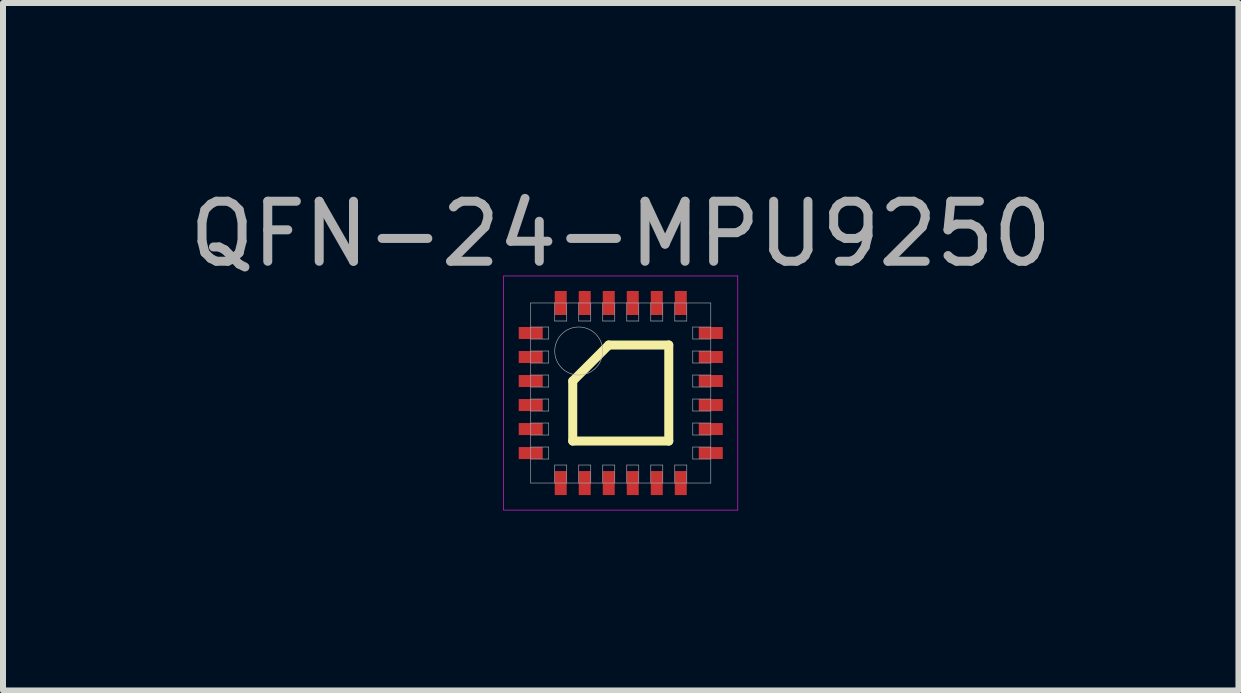
<source format=kicad_pcb>
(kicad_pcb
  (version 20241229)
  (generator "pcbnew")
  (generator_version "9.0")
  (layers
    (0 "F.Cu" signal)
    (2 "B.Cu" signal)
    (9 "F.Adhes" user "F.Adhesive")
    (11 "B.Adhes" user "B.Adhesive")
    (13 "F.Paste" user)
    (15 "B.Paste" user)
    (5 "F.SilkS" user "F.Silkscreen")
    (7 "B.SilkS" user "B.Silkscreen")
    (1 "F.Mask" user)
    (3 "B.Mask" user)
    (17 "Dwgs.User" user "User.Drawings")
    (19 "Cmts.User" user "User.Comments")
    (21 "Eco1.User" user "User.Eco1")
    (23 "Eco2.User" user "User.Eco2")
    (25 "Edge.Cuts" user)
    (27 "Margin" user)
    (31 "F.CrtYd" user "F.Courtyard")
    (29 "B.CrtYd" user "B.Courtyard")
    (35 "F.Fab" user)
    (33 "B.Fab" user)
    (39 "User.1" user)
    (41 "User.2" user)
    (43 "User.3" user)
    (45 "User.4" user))
  (footprint "QFN-24-MPU9250"
    (layer "F.Cu")
    (at 7.292 3.498)
    (property "Reference" "QFN-24-MPU9250" (at 0 -2.65 0) (layer "F.Fab") (effects (font (size 1 1) (thickness 0.15))))
    (attr smd)
    (fp_line (start -0.8 -0.2) (end -0.2 -0.8) (stroke (width 0.15) (type solid)) (layer "F.SilkS"))
    (fp_line (start -0.8 0.8) (end -0.8 -0.2) (stroke (width 0.15) (type solid)) (layer "F.SilkS"))
    (fp_line (start -0.2 -0.8) (end 0.8 -0.8) (stroke (width 0.15) (type solid)) (layer "F.SilkS"))
    (fp_line (start 0.8 -0.8) (end 0.8 0.8) (stroke (width 0.15) (type solid)) (layer "F.SilkS"))
    (fp_line (start 0.8 0.8) (end -0.8 0.8) (stroke (width 0.15) (type solid)) (layer "F.SilkS"))
    (fp_line (start -1.95 -1.95) (end 1.95 -1.95) (stroke (width 0.01) (type solid)) (layer "F.CrtYd"))
    (fp_line (start -1.95 1.95) (end -1.95 -1.95) (stroke (width 0.01) (type solid)) (layer "F.CrtYd"))
    (fp_line (start 1.95 -1.95) (end 1.95 1.95) (stroke (width 0.01) (type solid)) (layer "F.CrtYd"))
    (fp_line (start 1.95 1.95) (end -1.95 1.95) (stroke (width 0.01) (type solid)) (layer "F.CrtYd"))
    (fp_line (start -1.5 -1.5) (end 1.5 -1.5) (stroke (width 0.01) (type solid)) (layer "F.Fab"))
    (fp_line (start -1.5 -0.9) (end -1.2 -0.9) (stroke (width 0.01) (type solid)) (layer "F.Fab"))
    (fp_line (start -1.5 -0.5) (end -1.2 -0.5) (stroke (width 0.01) (type solid)) (layer "F.Fab"))
    (fp_line (start -1.5 -0.1) (end -1.2 -0.1) (stroke (width 0.01) (type solid)) (layer "F.Fab"))
    (fp_line (start -1.5 0.3) (end -1.2 0.3) (stroke (width 0.01) (type solid)) (layer "F.Fab"))
    (fp_line (start -1.5 0.7) (end -1.2 0.7) (stroke (width 0.01) (type solid)) (layer "F.Fab"))
    (fp_line (start -1.5 1.1) (end -1.2 1.1) (stroke (width 0.01) (type solid)) (layer "F.Fab"))
    (fp_line (start -1.5 1.5) (end -1.5 -1.5) (stroke (width 0.01) (type solid)) (layer "F.Fab"))
    (fp_line (start -1.2 -1.1) (end -1.5 -1.1) (stroke (width 0.01) (type solid)) (layer "F.Fab"))
    (fp_line (start -1.2 -0.9) (end -1.2 -1.1) (stroke (width 0.01) (type solid)) (layer "F.Fab"))
    (fp_line (start -1.2 -0.7) (end -1.5 -0.7) (stroke (width 0.01) (type solid)) (layer "F.Fab"))
    (fp_line (start -1.2 -0.5) (end -1.2 -0.7) (stroke (width 0.01) (type solid)) (layer "F.Fab"))
    (fp_line (start -1.2 -0.3) (end -1.5 -0.3) (stroke (width 0.01) (type solid)) (layer "F.Fab"))
    (fp_line (start -1.2 -0.1) (end -1.2 -0.3) (stroke (width 0.01) (type solid)) (layer "F.Fab"))
    (fp_line (start -1.2 0.1) (end -1.5 0.1) (stroke (width 0.01) (type solid)) (layer "F.Fab"))
    (fp_line (start -1.2 0.3) (end -1.2 0.1) (stroke (width 0.01) (type solid)) (layer "F.Fab"))
    (fp_line (start -1.2 0.5) (end -1.5 0.5) (stroke (width 0.01) (type solid)) (layer "F.Fab"))
    (fp_line (start -1.2 0.7) (end -1.2 0.5) (stroke (width 0.01) (type solid)) (layer "F.Fab"))
    (fp_line (start -1.2 0.9) (end -1.5 0.9) (stroke (width 0.01) (type solid)) (layer "F.Fab"))
    (fp_line (start -1.2 1.1) (end -1.2 0.9) (stroke (width 0.01) (type solid)) (layer "F.Fab"))
    (fp_line (start -1.1 -1.5) (end -1.1 -1.2) (stroke (width 0.01) (type solid)) (layer "F.Fab"))
    (fp_line (start -1.1 -1.2) (end -0.9 -1.2) (stroke (width 0.01) (type solid)) (layer "F.Fab"))
    (fp_line (start -1.1 1.2) (end -1.1 1.5) (stroke (width 0.01) (type solid)) (layer "F.Fab"))
    (fp_line (start -0.9 -1.2) (end -0.9 -1.5) (stroke (width 0.01) (type solid)) (layer "F.Fab"))
    (fp_line (start -0.9 1.2) (end -1.1 1.2) (stroke (width 0.01) (type solid)) (layer "F.Fab"))
    (fp_line (start -0.9 1.5) (end -0.9 1.2) (stroke (width 0.01) (type solid)) (layer "F.Fab"))
    (fp_line (start -0.7 -1.5) (end -0.7 -1.2) (stroke (width 0.01) (type solid)) (layer "F.Fab"))
    (fp_line (start -0.7 -1.2) (end -0.5 -1.2) (stroke (width 0.01) (type solid)) (layer "F.Fab"))
    (fp_line (start -0.7 1.2) (end -0.7 1.5) (stroke (width 0.01) (type solid)) (layer "F.Fab"))
    (fp_line (start -0.5 -1.2) (end -0.5 -1.5) (stroke (width 0.01) (type solid)) (layer "F.Fab"))
    (fp_line (start -0.5 1.2) (end -0.7 1.2) (stroke (width 0.01) (type solid)) (layer "F.Fab"))
    (fp_line (start -0.5 1.5) (end -0.5 1.2) (stroke (width 0.01) (type solid)) (layer "F.Fab"))
    (fp_line (start -0.3 -1.5) (end -0.3 -1.2) (stroke (width 0.01) (type solid)) (layer "F.Fab"))
    (fp_line (start -0.3 -1.2) (end -0.1 -1.2) (stroke (width 0.01) (type solid)) (layer "F.Fab"))
    (fp_line (start -0.3 1.2) (end -0.3 1.5) (stroke (width 0.01) (type solid)) (layer "F.Fab"))
    (fp_line (start -0.1 -1.2) (end -0.1 -1.5) (stroke (width 0.01) (type solid)) (layer "F.Fab"))
    (fp_line (start -0.1 1.2) (end -0.3 1.2) (stroke (width 0.01) (type solid)) (layer "F.Fab"))
    (fp_line (start -0.1 1.5) (end -0.1 1.2) (stroke (width 0.01) (type solid)) (layer "F.Fab"))
    (fp_line (start 0.1 -1.5) (end 0.1 -1.2) (stroke (width 0.01) (type solid)) (layer "F.Fab"))
    (fp_line (start 0.1 -1.2) (end 0.3 -1.2) (stroke (width 0.01) (type solid)) (layer "F.Fab"))
    (fp_line (start 0.1 1.2) (end 0.1 1.5) (stroke (width 0.01) (type solid)) (layer "F.Fab"))
    (fp_line (start 0.3 -1.2) (end 0.3 -1.5) (stroke (width 0.01) (type solid)) (layer "F.Fab"))
    (fp_line (start 0.3 1.2) (end 0.1 1.2) (stroke (width 0.01) (type solid)) (layer "F.Fab"))
    (fp_line (start 0.3 1.5) (end 0.3 1.2) (stroke (width 0.01) (type solid)) (layer "F.Fab"))
    (fp_line (start 0.5 -1.5) (end 0.5 -1.2) (stroke (width 0.01) (type solid)) (layer "F.Fab"))
    (fp_line (start 0.5 -1.2) (end 0.7 -1.2) (stroke (width 0.01) (type solid)) (layer "F.Fab"))
    (fp_line (start 0.5 1.2) (end 0.5 1.5) (stroke (width 0.01) (type solid)) (layer "F.Fab"))
    (fp_line (start 0.7 -1.2) (end 0.7 -1.5) (stroke (width 0.01) (type solid)) (layer "F.Fab"))
    (fp_line (start 0.7 1.2) (end 0.5 1.2) (stroke (width 0.01) (type solid)) (layer "F.Fab"))
    (fp_line (start 0.7 1.5) (end 0.7 1.2) (stroke (width 0.01) (type solid)) (layer "F.Fab"))
    (fp_line (start 0.9 -1.5) (end 0.9 -1.2) (stroke (width 0.01) (type solid)) (layer "F.Fab"))
    (fp_line (start 0.9 -1.2) (end 1.1 -1.2) (stroke (width 0.01) (type solid)) (layer "F.Fab"))
    (fp_line (start 0.9 1.2) (end 0.9 1.5) (stroke (width 0.01) (type solid)) (layer "F.Fab"))
    (fp_line (start 1.1 -1.2) (end 1.1 -1.5) (stroke (width 0.01) (type solid)) (layer "F.Fab"))
    (fp_line (start 1.1 1.2) (end 0.9 1.2) (stroke (width 0.01) (type solid)) (layer "F.Fab"))
    (fp_line (start 1.1 1.5) (end 1.1 1.2) (stroke (width 0.01) (type solid)) (layer "F.Fab"))
    (fp_line (start 1.2 -1.1) (end 1.2 -0.9) (stroke (width 0.01) (type solid)) (layer "F.Fab"))
    (fp_line (start 1.2 -0.9) (end 1.5 -0.9) (stroke (width 0.01) (type solid)) (layer "F.Fab"))
    (fp_line (start 1.2 -0.7) (end 1.2 -0.5) (stroke (width 0.01) (type solid)) (layer "F.Fab"))
    (fp_line (start 1.2 -0.5) (end 1.5 -0.5) (stroke (width 0.01) (type solid)) (layer "F.Fab"))
    (fp_line (start 1.2 -0.3) (end 1.2 -0.1) (stroke (width 0.01) (type solid)) (layer "F.Fab"))
    (fp_line (start 1.2 -0.1) (end 1.5 -0.1) (stroke (width 0.01) (type solid)) (layer "F.Fab"))
    (fp_line (start 1.2 0.1) (end 1.2 0.3) (stroke (width 0.01) (type solid)) (layer "F.Fab"))
    (fp_line (start 1.2 0.3) (end 1.5 0.3) (stroke (width 0.01) (type solid)) (layer "F.Fab"))
    (fp_line (start 1.2 0.5) (end 1.2 0.7) (stroke (width 0.01) (type solid)) (layer "F.Fab"))
    (fp_line (start 1.2 0.7) (end 1.5 0.7) (stroke (width 0.01) (type solid)) (layer "F.Fab"))
    (fp_line (start 1.2 0.9) (end 1.2 1.1) (stroke (width 0.01) (type solid)) (layer "F.Fab"))
    (fp_line (start 1.2 1.1) (end 1.5 1.1) (stroke (width 0.01) (type solid)) (layer "F.Fab"))
    (fp_line (start 1.5 -1.5) (end 1.5 1.5) (stroke (width 0.01) (type solid)) (layer "F.Fab"))
    (fp_line (start 1.5 -1.1) (end 1.2 -1.1) (stroke (width 0.01) (type solid)) (layer "F.Fab"))
    (fp_line (start 1.5 -0.7) (end 1.2 -0.7) (stroke (width 0.01) (type solid)) (layer "F.Fab"))
    (fp_line (start 1.5 -0.3) (end 1.2 -0.3) (stroke (width 0.01) (type solid)) (layer "F.Fab"))
    (fp_line (start 1.5 0.1) (end 1.2 0.1) (stroke (width 0.01) (type solid)) (layer "F.Fab"))
    (fp_line (start 1.5 0.5) (end 1.2 0.5) (stroke (width 0.01) (type solid)) (layer "F.Fab"))
    (fp_line (start 1.5 0.9) (end 1.2 0.9) (stroke (width 0.01) (type solid)) (layer "F.Fab"))
    (fp_line (start 1.5 1.5) (end -1.5 1.5) (stroke (width 0.01) (type solid)) (layer "F.Fab"))
    (fp_circle (center -0.7 -0.7) (end -0.7 -0.3) (stroke (width 0.01) (type solid)) (fill no) (layer "F.Fab"))
    (pad "1" smd rect (at -1.5 -1) (size 0.4 0.2) (layers "F.Cu" "F.Mask" "F.Paste"))
    (pad "2" smd rect (at -1.5 -0.6) (size 0.4 0.2) (layers "F.Cu" "F.Mask" "F.Paste"))
    (pad "3" smd rect (at -1.5 -0.2) (size 0.4 0.2) (layers "F.Cu" "F.Mask" "F.Paste"))
    (pad "4" smd rect (at -1.5 0.2) (size 0.4 0.2) (layers "F.Cu" "F.Mask" "F.Paste"))
    (pad "5" smd rect (at -1.5 0.6) (size 0.4 0.2) (layers "F.Cu" "F.Mask" "F.Paste"))
    (pad "6" smd rect (at -1.5 1) (size 0.4 0.2) (layers "F.Cu" "F.Mask" "F.Paste"))
    (pad "7" smd rect (at -1 1.5) (size 0.2 0.4) (layers "F.Cu" "F.Mask" "F.Paste"))
    (pad "8" smd rect (at -0.6 1.5) (size 0.2 0.4) (layers "F.Cu" "F.Mask" "F.Paste"))
    (pad "9" smd rect (at -0.2 1.5) (size 0.2 0.4) (layers "F.Cu" "F.Mask" "F.Paste"))
    (pad "10" smd rect (at 0.2 1.5) (size 0.2 0.4) (layers "F.Cu" "F.Mask" "F.Paste"))
    (pad "11" smd rect (at 0.6 1.5) (size 0.2 0.4) (layers "F.Cu" "F.Mask" "F.Paste"))
    (pad "12" smd rect (at 1 1.5) (size 0.2 0.4) (layers "F.Cu" "F.Mask" "F.Paste"))
    (pad "13" smd rect (at 1.5 1) (size 0.4 0.2) (layers "F.Cu" "F.Mask" "F.Paste"))
    (pad "14" smd rect (at 1.5 0.6) (size 0.4 0.2) (layers "F.Cu" "F.Mask" "F.Paste"))
    (pad "15" smd rect (at 1.5 0.2) (size 0.4 0.2) (layers "F.Cu" "F.Mask" "F.Paste"))
    (pad "16" smd rect (at 1.5 -0.2) (size 0.4 0.2) (layers "F.Cu" "F.Mask" "F.Paste"))
    (pad "17" smd rect (at 1.5 -0.6) (size 0.4 0.2) (layers "F.Cu" "F.Mask" "F.Paste"))
    (pad "18" smd rect (at 1.5 -1) (size 0.4 0.2) (layers "F.Cu" "F.Mask" "F.Paste"))
    (pad "19" smd rect (at 1 -1.5) (size 0.2 0.4) (layers "F.Cu" "F.Mask" "F.Paste"))
    (pad "20" smd rect (at 0.6 -1.5) (size 0.2 0.4) (layers "F.Cu" "F.Mask" "F.Paste"))
    (pad "21" smd rect (at 0.2 -1.5) (size 0.2 0.4) (layers "F.Cu" "F.Mask" "F.Paste"))
    (pad "22" smd rect (at -0.2 -1.5) (size 0.2 0.4) (layers "F.Cu" "F.Mask" "F.Paste"))
    (pad "23" smd rect (at -0.6 -1.5) (size 0.2 0.4) (layers "F.Cu" "F.Mask" "F.Paste"))
    (pad "24" smd rect (at -1 -1.5) (size 0.2 0.4) (layers "F.Cu" "F.Mask" "F.Paste")))
  (gr_rect
    (start -3 -3)
    (end 17.583 8.453)
    (stroke (width 0.1) (type default))
    (fill no)
    (layer "Edge.Cuts")))
</source>
